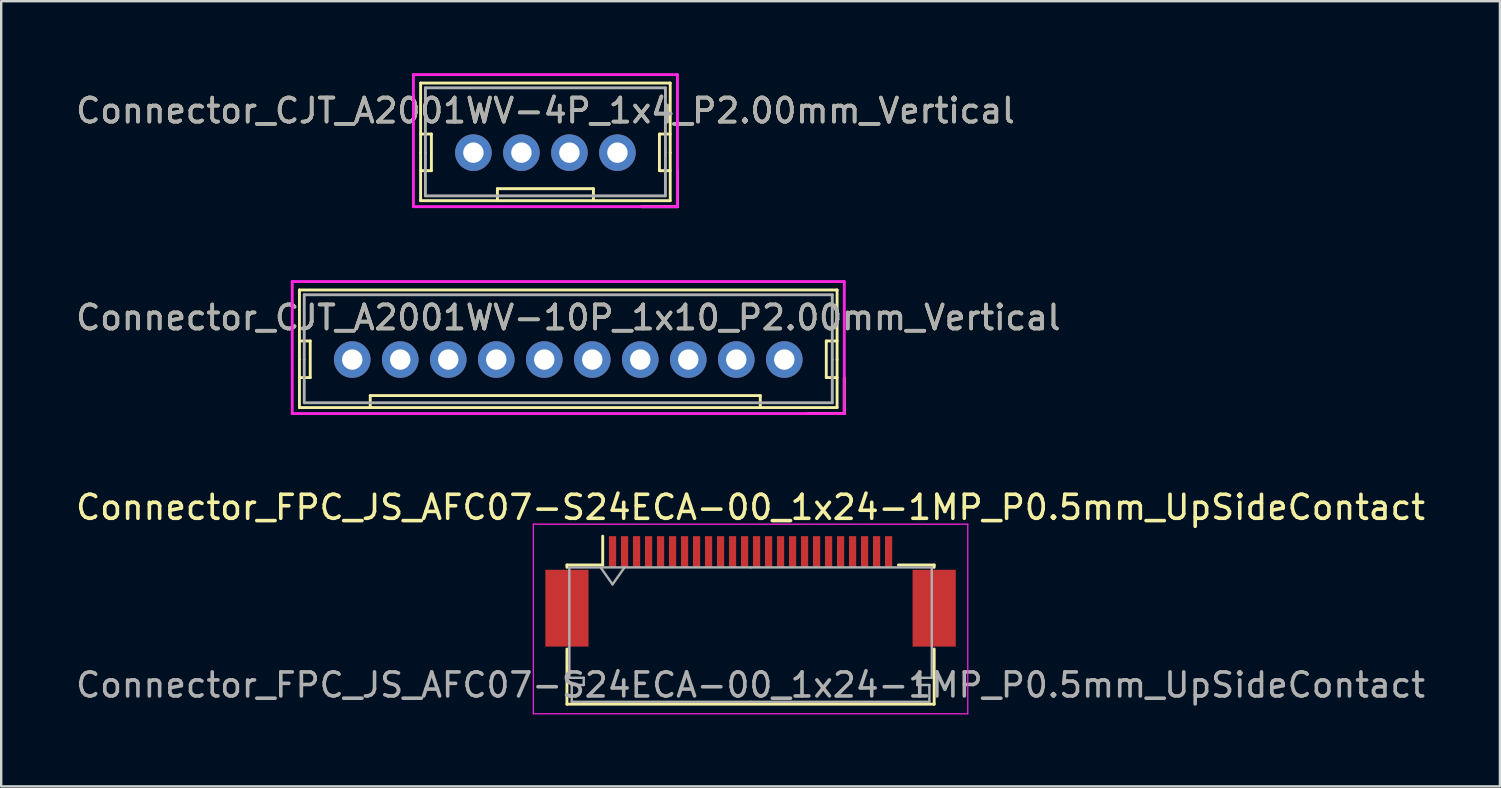
<source format=kicad_pcb>
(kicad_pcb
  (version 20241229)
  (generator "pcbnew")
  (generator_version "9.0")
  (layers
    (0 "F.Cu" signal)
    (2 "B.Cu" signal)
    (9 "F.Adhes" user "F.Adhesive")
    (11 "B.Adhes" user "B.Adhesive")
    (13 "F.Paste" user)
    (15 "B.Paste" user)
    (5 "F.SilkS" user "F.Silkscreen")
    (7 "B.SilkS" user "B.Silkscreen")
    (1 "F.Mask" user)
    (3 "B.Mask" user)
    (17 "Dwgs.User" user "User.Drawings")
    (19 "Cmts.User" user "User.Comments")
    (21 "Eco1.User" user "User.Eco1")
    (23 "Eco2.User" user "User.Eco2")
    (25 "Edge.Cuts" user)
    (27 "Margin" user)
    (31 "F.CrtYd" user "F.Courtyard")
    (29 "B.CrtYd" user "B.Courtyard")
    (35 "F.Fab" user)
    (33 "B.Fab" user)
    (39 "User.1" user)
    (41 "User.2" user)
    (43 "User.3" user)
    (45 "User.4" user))
  (footprint "Connector_CJT_A2001WV-10P_1x10_P2.00mm_Vertical"
    (layer "F.Cu")
    (at 20.625 11.93)
    (property "Reference" "Connector_CJT_A2001WV-10P_1x10_P2.00mm_Vertical" (at 0 -1.75 0) (layer "F.SilkS") (effects (font (size 1 1) (thickness 0.15))))
    (attr through_hole)
    (fp_line (start -11.2 -2.9) (end -11.2 0) (stroke (width 0.12) (type solid)) (layer "F.SilkS"))
    (fp_line (start -11.2 0) (end -11.2 2) (stroke (width 0.12) (type solid)) (layer "F.SilkS"))
    (fp_line (start -11.2 0.75) (end -10.75 0.75) (stroke (width 0.12) (type solid)) (layer "F.SilkS"))
    (fp_line (start -11.2 2) (end 11.2 2) (stroke (width 0.12) (type solid)) (layer "F.SilkS"))
    (fp_line (start -10.75 -0.775) (end -11.2 -0.775) (stroke (width 0.12) (type solid)) (layer "F.SilkS"))
    (fp_line (start -10.75 0.75) (end -10.75 -0.775) (stroke (width 0.12) (type solid)) (layer "F.SilkS"))
    (fp_line (start -8.25 1.5) (end 8 1.5) (stroke (width 0.12) (type solid)) (layer "F.SilkS"))
    (fp_line (start -8.25 2) (end -8.25 1.5) (stroke (width 0.12) (type solid)) (layer "F.SilkS"))
    (fp_line (start 8 1.5) (end 8 2) (stroke (width 0.12) (type solid)) (layer "F.SilkS"))
    (fp_line (start 10 2.25) (end 11.5 2.25) (stroke (width 0.12) (type solid)) (layer "F.SilkS"))
    (fp_line (start 10.75 -0.775) (end 10.75 0.75) (stroke (width 0.12) (type solid)) (layer "F.SilkS"))
    (fp_line (start 10.75 0.75) (end 11.2 0.75) (stroke (width 0.12) (type solid)) (layer "F.SilkS"))
    (fp_line (start 11.2 -2.9) (end -11.2 -2.9) (stroke (width 0.12) (type solid)) (layer "F.SilkS"))
    (fp_line (start 11.2 -0.775) (end 10.75 -0.775) (stroke (width 0.12) (type solid)) (layer "F.SilkS"))
    (fp_line (start 11.2 0) (end 11.2 -2.9) (stroke (width 0.12) (type solid)) (layer "F.SilkS"))
    (fp_line (start 11.2 2) (end 11.2 0) (stroke (width 0.12) (type solid)) (layer "F.SilkS"))
    (fp_line (start 11.5 2.25) (end 11.5 0.75) (stroke (width 0.12) (type solid)) (layer "F.SilkS"))
    (fp_line (start -11.5 -3.25) (end -11.5 2.25) (stroke (width 0.12) (type solid)) (layer "F.CrtYd"))
    (fp_line (start -11.5 2.25) (end 11.5 2.25) (stroke (width 0.12) (type solid)) (layer "F.CrtYd"))
    (fp_line (start 11.5 -3.25) (end -11.5 -3.25) (stroke (width 0.12) (type solid)) (layer "F.CrtYd"))
    (fp_line (start 11.5 2.25) (end 11.5 -3.25) (stroke (width 0.12) (type solid)) (layer "F.CrtYd"))
    (fp_line (start -11 -2.7) (end -11 0) (stroke (width 0.12) (type solid)) (layer "F.Fab"))
    (fp_line (start -11 1.8) (end -11 0) (stroke (width 0.12) (type solid)) (layer "F.Fab"))
    (fp_line (start -11 1.8) (end 11 1.8) (stroke (width 0.12) (type solid)) (layer "F.Fab"))
    (fp_line (start 11 -2.7) (end -11 -2.7) (stroke (width 0.12) (type solid)) (layer "F.Fab"))
    (fp_line (start 11 0) (end 11 -2.7) (stroke (width 0.12) (type solid)) (layer "F.Fab"))
    (fp_line (start 11 1.8) (end 11 0) (stroke (width 0.12) (type solid)) (layer "F.Fab"))
    (fp_text user "${REFERENCE}" (at 0 -1.75 0) (layer "F.Fab") (effects (font (size 1 1) (thickness 0.15))))
    (pad "1" thru_hole circle (at 9 0) (size 1.524 1.524) (drill 0.85) (layers "*.Cu" "*.Mask"))
    (pad "2" thru_hole circle (at 7 0) (size 1.524 1.524) (drill 0.85) (layers "*.Cu" "*.Mask"))
    (pad "3" thru_hole circle (at 5 0) (size 1.524 1.524) (drill 0.85) (layers "*.Cu" "*.Mask"))
    (pad "4" thru_hole circle (at 3 0) (size 1.524 1.524) (drill 0.85) (layers "*.Cu" "*.Mask"))
    (pad "5" thru_hole circle (at 1 0) (size 1.524 1.524) (drill 0.85) (layers "*.Cu" "*.Mask"))
    (pad "6" thru_hole circle (at -1 0) (size 1.524 1.524) (drill 0.85) (layers "*.Cu" "*.Mask"))
    (pad "7" thru_hole circle (at -3 0) (size 1.524 1.524) (drill 0.85) (layers "*.Cu" "*.Mask"))
    (pad "8" thru_hole circle (at -5 0) (size 1.524 1.524) (drill 0.85) (layers "*.Cu" "*.Mask"))
    (pad "9" thru_hole circle (at -7 0) (size 1.524 1.524) (drill 0.85) (layers "*.Cu" "*.Mask"))
    (pad "10" thru_hole circle (at -9 0) (size 1.524 1.524) (drill 0.85) (layers "*.Cu" "*.Mask")))
  (footprint "Connector_CJT_A2001WV-4P_1x4_P2.00mm_Vertical"
    (layer "F.Cu")
    (at 19.673 3.31)
    (property "Reference" "Connector_CJT_A2001WV-4P_1x4_P2.00mm_Vertical" (at 0 -1.75 0) (layer "F.SilkS") (effects (font (size 1 1) (thickness 0.15))))
    (attr through_hole)
    (fp_line (start -5.2 -2.9) (end -5.2 0) (stroke (width 0.12) (type solid)) (layer "F.SilkS"))
    (fp_line (start -5.2 0) (end -5.2 2) (stroke (width 0.12) (type solid)) (layer "F.SilkS"))
    (fp_line (start -5.2 0.75) (end -4.75 0.75) (stroke (width 0.12) (type solid)) (layer "F.SilkS"))
    (fp_line (start -5.2 2) (end 5.2 2) (stroke (width 0.12) (type solid)) (layer "F.SilkS"))
    (fp_line (start -4.75 -0.775) (end -5.2 -0.775) (stroke (width 0.12) (type solid)) (layer "F.SilkS"))
    (fp_line (start -4.75 0.75) (end -4.75 -0.775) (stroke (width 0.12) (type solid)) (layer "F.SilkS"))
    (fp_line (start -2 1.5) (end 2 1.5) (stroke (width 0.12) (type solid)) (layer "F.SilkS"))
    (fp_line (start -2 2) (end -2 1.5) (stroke (width 0.12) (type solid)) (layer "F.SilkS"))
    (fp_line (start 2 1.5) (end 2 2) (stroke (width 0.12) (type solid)) (layer "F.SilkS"))
    (fp_line (start 4 2.25) (end 5.5 2.25) (stroke (width 0.12) (type solid)) (layer "F.SilkS"))
    (fp_line (start 4.75 -0.775) (end 4.75 0.75) (stroke (width 0.12) (type solid)) (layer "F.SilkS"))
    (fp_line (start 4.75 0.75) (end 5.2 0.75) (stroke (width 0.12) (type solid)) (layer "F.SilkS"))
    (fp_line (start 5.2 -2.9) (end -5.2 -2.9) (stroke (width 0.12) (type solid)) (layer "F.SilkS"))
    (fp_line (start 5.2 -0.775) (end 4.75 -0.775) (stroke (width 0.12) (type solid)) (layer "F.SilkS"))
    (fp_line (start 5.2 0) (end 5.2 -2.9) (stroke (width 0.12) (type solid)) (layer "F.SilkS"))
    (fp_line (start 5.2 2) (end 5.2 0) (stroke (width 0.12) (type solid)) (layer "F.SilkS"))
    (fp_line (start 5.5 2.25) (end 5.5 0.75) (stroke (width 0.12) (type solid)) (layer "F.SilkS"))
    (fp_line (start -5.5 -3.25) (end -5.5 2.25) (stroke (width 0.12) (type solid)) (layer "F.CrtYd"))
    (fp_line (start -5.5 2.25) (end 5.5 2.25) (stroke (width 0.12) (type solid)) (layer "F.CrtYd"))
    (fp_line (start 5.5 -3.25) (end -5.5 -3.25) (stroke (width 0.12) (type solid)) (layer "F.CrtYd"))
    (fp_line (start 5.5 2.25) (end 5.5 -3.25) (stroke (width 0.12) (type solid)) (layer "F.CrtYd"))
    (fp_line (start -5 -2.7) (end -5 0) (stroke (width 0.12) (type solid)) (layer "F.Fab"))
    (fp_line (start -5 1.8) (end -5 0) (stroke (width 0.12) (type solid)) (layer "F.Fab"))
    (fp_line (start -5 1.8) (end 5 1.8) (stroke (width 0.12) (type solid)) (layer "F.Fab"))
    (fp_line (start 5 -2.7) (end -5 -2.7) (stroke (width 0.12) (type solid)) (layer "F.Fab"))
    (fp_line (start 5 0) (end 5 -2.7) (stroke (width 0.12) (type solid)) (layer "F.Fab"))
    (fp_line (start 5 1.8) (end 5 0) (stroke (width 0.12) (type solid)) (layer "F.Fab"))
    (fp_text user "${REFERENCE}" (at 0 -1.75 0) (layer "F.Fab") (effects (font (size 1 1) (thickness 0.15))))
    (pad "1" thru_hole circle (at 3 0) (size 1.524 1.524) (drill 0.85) (layers "*.Cu" "*.Mask"))
    (pad "2" thru_hole circle (at 1 0) (size 1.524 1.524) (drill 0.85) (layers "*.Cu" "*.Mask"))
    (pad "3" thru_hole circle (at -1 0) (size 1.524 1.524) (drill 0.85) (layers "*.Cu" "*.Mask"))
    (pad "4" thru_hole circle (at -3 0) (size 1.524 1.524) (drill 0.85) (layers "*.Cu" "*.Mask")))
  (footprint "Connector_FPC_JS_AFC07-S24ECA-00_1x24-1MP_P0.5mm_UpSideContact"
    (layer "F.Cu")
    (at 28.22 21.788)
    (property "Reference" "Connector_FPC_JS_AFC07-S24ECA-00_1x24-1MP_P0.5mm_UpSideContact" (at 0 -3.7 0) (layer "F.SilkS") (effects (font (size 1 1) (thickness 0.15))))
    (attr smd)
    (fp_line (start -7.65 -1.3) (end -7.65 -1.2) (stroke (width 0.12) (type solid)) (layer "F.SilkS"))
    (fp_line (start -7.65 2.2) (end -7.65 4.5) (stroke (width 0.12) (type solid)) (layer "F.SilkS"))
    (fp_line (start -7.65 4.5) (end 7.65 4.5) (stroke (width 0.12) (type solid)) (layer "F.SilkS"))
    (fp_line (start -6.16 -1.3) (end -7.65 -1.3) (stroke (width 0.12) (type solid)) (layer "F.SilkS"))
    (fp_line (start -6.16 -1.3) (end -6.16 -2.5) (stroke (width 0.12) (type solid)) (layer "F.SilkS"))
    (fp_line (start 6.16 -1.3) (end 7.65 -1.3) (stroke (width 0.12) (type solid)) (layer "F.SilkS"))
    (fp_line (start 7.65 -1.3) (end 7.65 -1.2) (stroke (width 0.12) (type solid)) (layer "F.SilkS"))
    (fp_line (start 7.65 4.5) (end 7.65 2.2) (stroke (width 0.12) (type solid)) (layer "F.SilkS"))
    (fp_line (start -9.05 -3) (end -9.05 4.9) (stroke (width 0.05) (type solid)) (layer "F.CrtYd"))
    (fp_line (start -9.05 4.9) (end 9.05 4.9) (stroke (width 0.05) (type solid)) (layer "F.CrtYd"))
    (fp_line (start 9.05 -3) (end -9.05 -3) (stroke (width 0.05) (type solid)) (layer "F.CrtYd"))
    (fp_line (start 9.05 4.9) (end 9.05 -3) (stroke (width 0.05) (type solid)) (layer "F.CrtYd"))
    (fp_line (start -7.55 -1.2) (end -7.55 3.4) (stroke (width 0.1) (type solid)) (layer "F.Fab"))
    (fp_line (start -7.55 3.4) (end -6.95 3.4) (stroke (width 0.1) (type solid)) (layer "F.Fab"))
    (fp_line (start -7.45 3.7) (end -7.45 4.4) (stroke (width 0.1) (type solid)) (layer "F.Fab"))
    (fp_line (start -7.45 4.4) (end 0 4.4) (stroke (width 0.1) (type solid)) (layer "F.Fab"))
    (fp_line (start -6.95 3.4) (end -6.95 3.7) (stroke (width 0.1) (type solid)) (layer "F.Fab"))
    (fp_line (start -6.95 3.7) (end -7.45 3.7) (stroke (width 0.1) (type solid)) (layer "F.Fab"))
    (fp_line (start -6.25 -1.2) (end -5.75 -0.493) (stroke (width 0.1) (type solid)) (layer "F.Fab"))
    (fp_line (start -5.75 -0.493) (end -5.25 -1.2) (stroke (width 0.1) (type solid)) (layer "F.Fab"))
    (fp_line (start 0 -1.2) (end -7.55 -1.2) (stroke (width 0.1) (type solid)) (layer "F.Fab"))
    (fp_line (start 0 -1.2) (end 7.55 -1.2) (stroke (width 0.1) (type solid)) (layer "F.Fab"))
    (fp_line (start 6.95 3.4) (end 6.95 3.7) (stroke (width 0.1) (type solid)) (layer "F.Fab"))
    (fp_line (start 6.95 3.7) (end 7.45 3.7) (stroke (width 0.1) (type solid)) (layer "F.Fab"))
    (fp_line (start 7.45 3.7) (end 7.45 4.4) (stroke (width 0.1) (type solid)) (layer "F.Fab"))
    (fp_line (start 7.45 4.4) (end 0 4.4) (stroke (width 0.1) (type solid)) (layer "F.Fab"))
    (fp_line (start 7.55 -1.2) (end 7.55 3.4) (stroke (width 0.1) (type solid)) (layer "F.Fab"))
    (fp_line (start 7.55 3.4) (end 6.95 3.4) (stroke (width 0.1) (type solid)) (layer "F.Fab"))
    (fp_text user "${REFERENCE}" (at 0 3.7 0) (layer "F.Fab") (effects (font (size 1 1) (thickness 0.15))))
    (pad "1" smd rect (at -5.75 -1.85) (size 0.3 1.3) (layers "F.Cu" "F.Mask" "F.Paste"))
    (pad "2" smd rect (at -5.25 -1.85) (size 0.3 1.3) (layers "F.Cu" "F.Mask" "F.Paste"))
    (pad "3" smd rect (at -4.75 -1.85) (size 0.3 1.3) (layers "F.Cu" "F.Mask" "F.Paste"))
    (pad "4" smd rect (at -4.25 -1.85) (size 0.3 1.3) (layers "F.Cu" "F.Mask" "F.Paste"))
    (pad "5" smd rect (at -3.75 -1.85) (size 0.3 1.3) (layers "F.Cu" "F.Mask" "F.Paste"))
    (pad "6" smd rect (at -3.25 -1.85) (size 0.3 1.3) (layers "F.Cu" "F.Mask" "F.Paste"))
    (pad "7" smd rect (at -2.75 -1.85) (size 0.3 1.3) (layers "F.Cu" "F.Mask" "F.Paste"))
    (pad "8" smd rect (at -2.25 -1.85) (size 0.3 1.3) (layers "F.Cu" "F.Mask" "F.Paste"))
    (pad "9" smd rect (at -1.75 -1.85) (size 0.3 1.3) (layers "F.Cu" "F.Mask" "F.Paste"))
    (pad "10" smd rect (at -1.25 -1.85) (size 0.3 1.3) (layers "F.Cu" "F.Mask" "F.Paste"))
    (pad "11" smd rect (at -0.75 -1.85) (size 0.3 1.3) (layers "F.Cu" "F.Mask" "F.Paste"))
    (pad "12" smd rect (at -0.25 -1.85) (size 0.3 1.3) (layers "F.Cu" "F.Mask" "F.Paste"))
    (pad "13" smd rect (at 0.25 -1.85) (size 0.3 1.3) (layers "F.Cu" "F.Mask" "F.Paste"))
    (pad "14" smd rect (at 0.75 -1.85) (size 0.3 1.3) (layers "F.Cu" "F.Mask" "F.Paste"))
    (pad "15" smd rect (at 1.25 -1.85) (size 0.3 1.3) (layers "F.Cu" "F.Mask" "F.Paste"))
    (pad "16" smd rect (at 1.75 -1.85) (size 0.3 1.3) (layers "F.Cu" "F.Mask" "F.Paste"))
    (pad "17" smd rect (at 2.25 -1.85) (size 0.3 1.3) (layers "F.Cu" "F.Mask" "F.Paste"))
    (pad "18" smd rect (at 2.75 -1.85) (size 0.3 1.3) (layers "F.Cu" "F.Mask" "F.Paste"))
    (pad "19" smd rect (at 3.25 -1.85) (size 0.3 1.3) (layers "F.Cu" "F.Mask" "F.Paste"))
    (pad "20" smd rect (at 3.75 -1.85) (size 0.3 1.3) (layers "F.Cu" "F.Mask" "F.Paste"))
    (pad "21" smd rect (at 4.25 -1.85) (size 0.3 1.3) (layers "F.Cu" "F.Mask" "F.Paste"))
    (pad "22" smd rect (at 4.75 -1.85) (size 0.3 1.3) (layers "F.Cu" "F.Mask" "F.Paste"))
    (pad "23" smd rect (at 5.25 -1.85) (size 0.3 1.3) (layers "F.Cu" "F.Mask" "F.Paste"))
    (pad "24" smd rect (at 5.75 -1.85) (size 0.3 1.3) (layers "F.Cu" "F.Mask" "F.Paste"))
    (pad "MP" smd rect (at -7.65 0.5) (size 1.8 3.2) (layers "F.Cu" "F.Mask" "F.Paste"))
    (pad "MP" smd rect (at 7.65 0.5) (size 1.8 3.2) (layers "F.Cu" "F.Mask" "F.Paste")))
  (gr_rect
    (start -3 -3)
    (end 59.44 29.713)
    (stroke (width 0.1) (type default))
    (fill no)
    (layer "Edge.Cuts")))
</source>
